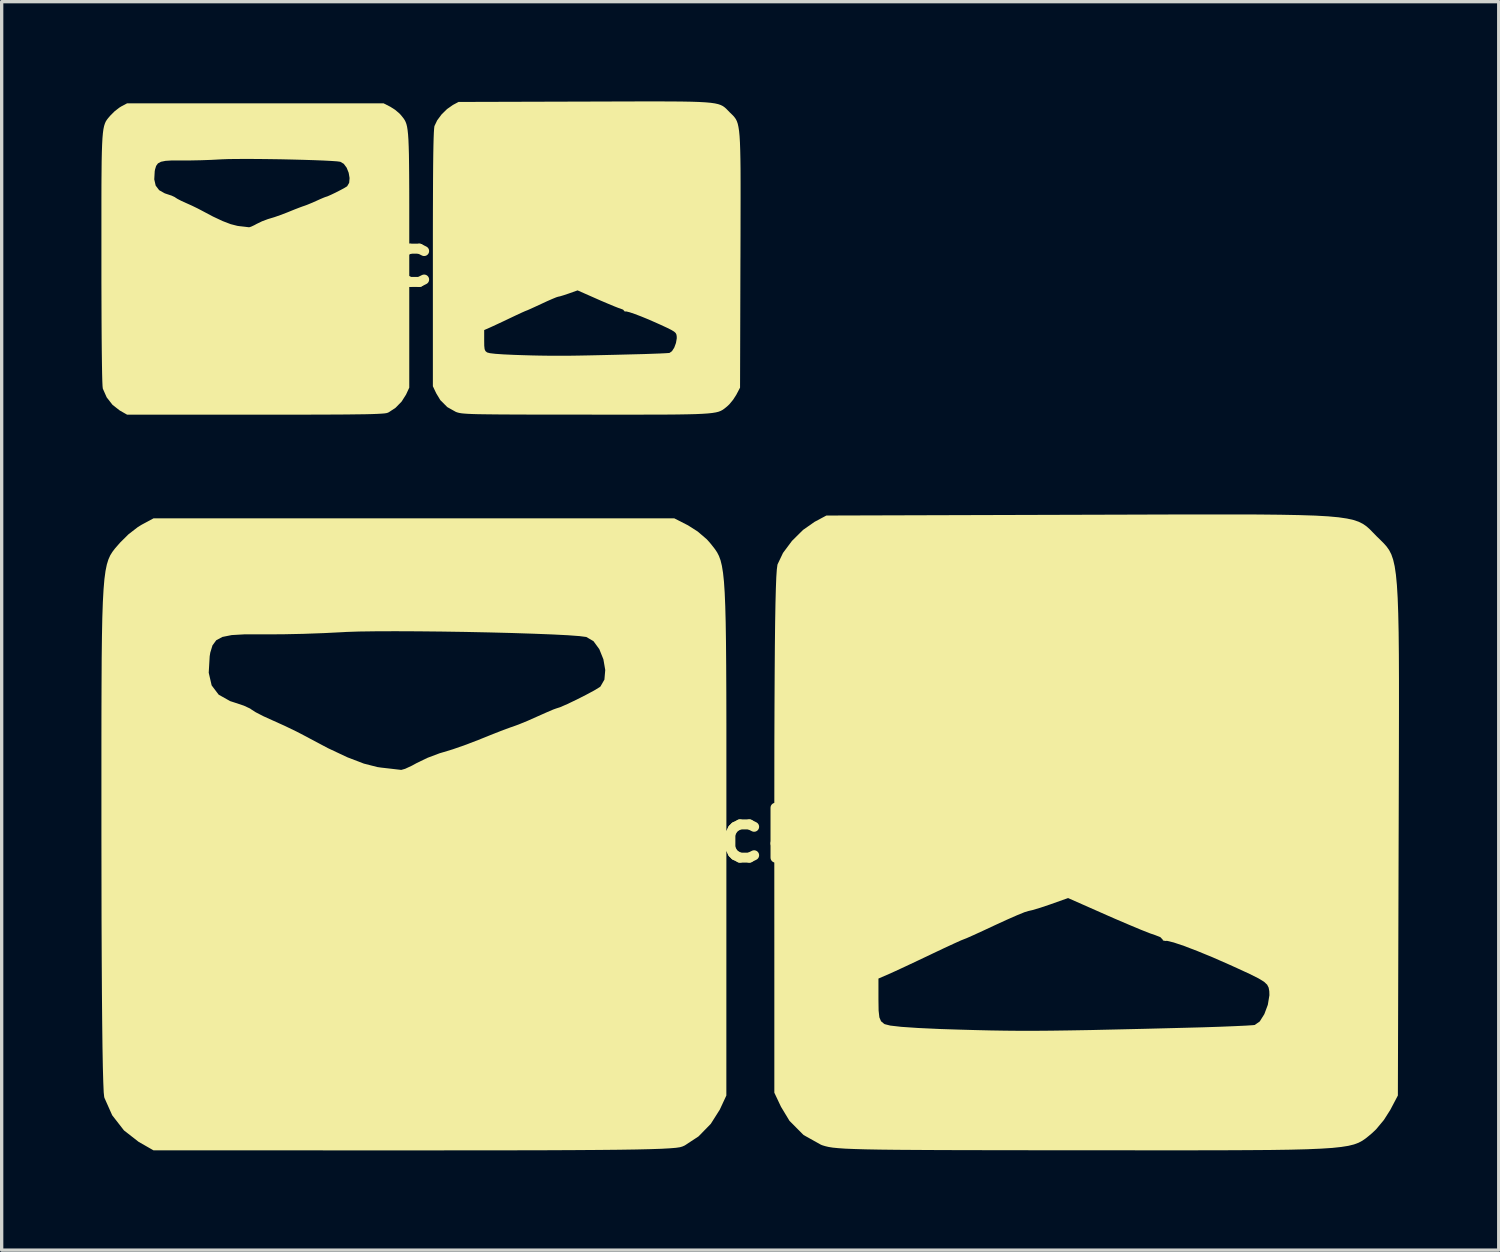
<source format=kicad_pcb>
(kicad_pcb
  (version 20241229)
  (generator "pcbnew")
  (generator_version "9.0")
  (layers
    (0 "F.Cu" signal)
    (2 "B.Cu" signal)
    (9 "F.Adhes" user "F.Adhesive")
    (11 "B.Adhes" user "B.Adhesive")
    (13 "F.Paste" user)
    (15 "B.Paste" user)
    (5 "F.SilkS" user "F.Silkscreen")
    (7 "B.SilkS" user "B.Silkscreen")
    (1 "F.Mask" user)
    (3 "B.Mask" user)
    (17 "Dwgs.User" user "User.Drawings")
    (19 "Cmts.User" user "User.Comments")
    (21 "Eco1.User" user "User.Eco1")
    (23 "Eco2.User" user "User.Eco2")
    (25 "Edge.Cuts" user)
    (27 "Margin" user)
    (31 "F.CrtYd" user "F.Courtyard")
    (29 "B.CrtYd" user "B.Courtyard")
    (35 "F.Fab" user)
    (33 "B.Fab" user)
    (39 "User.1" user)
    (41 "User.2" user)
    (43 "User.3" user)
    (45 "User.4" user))
  (footprint "block50"
    (layer "F.Cu")
    (at 19.558 22.064)
    (property "Reference" "block50" (at 0 0 0) (layer "F.SilkS") (effects (font (size 1.5 1.5) (thickness 0.3))))
    (attr board_only exclude_from_pos_files exclude_from_bom)
    (fp_poly (pts (xy -1.918 -9.316) (xy -1.625 -9.129) (xy -1.354 -8.897) (xy -1.261 -8.794) (xy -1.178 -8.691) (xy -1.105 -8.597) (xy -1.041 -8.501) (xy -0.986 -8.393) (xy -0.938 -8.262) (xy -0.898 -8.097) (xy -0.864 -7.887) (xy -0.836 -7.623) (xy -0.814 -7.293) (xy -0.797 -6.887) (xy -0.784 -6.395) (xy -0.775 -5.804) (xy -0.769 -5.106) (xy -0.765 -4.289) (xy -0.763 -3.343) (xy -0.763 -2.256) (xy -0.763 -1.019) (xy -0.763 0.032) (xy -0.764 7.832) (xy -0.961 8.256) (xy -1.232 8.684) (xy -1.601 9.062) (xy -2.015 9.334) (xy -2.087 9.366) (xy -2.16 9.387) (xy -2.283 9.405) (xy -2.467 9.42) (xy -2.719 9.434) (xy -3.05 9.445) (xy -3.47 9.455) (xy -3.989 9.463) (xy -4.615 9.469) (xy -5.36 9.474) (xy -6.231 9.478) (xy -7.24 9.48) (xy -8.396 9.481) (xy -9.708 9.482) (xy -10.178 9.482) (xy -17.992 9.481) (xy -18.441 9.224) (xy -18.88 8.881) (xy -19.234 8.426) (xy -19.466 7.905) (xy -19.474 7.877) (xy -19.489 7.738) (xy -19.502 7.436) (xy -19.515 6.978) (xy -19.526 6.37) (xy -19.535 5.62) (xy -19.543 4.734) (xy -19.549 3.718) (xy -19.554 2.579) (xy -19.556 1.323) (xy -19.558 -0.042) (xy -19.558 -0.048) (xy -19.558 -1.398) (xy -19.558 -2.589) (xy -19.557 -3.632) (xy -19.554 -4.538) (xy -19.552 -4.883) (xy -16.331 -4.883) (xy -16.243 -4.502) (xy -16.032 -4.223) (xy -15.687 -4.029) (xy -15.524 -3.976) (xy -15.273 -3.892) (xy -15.086 -3.805) (xy -15.043 -3.774) (xy -14.918 -3.694) (xy -14.687 -3.575) (xy -14.398 -3.444) (xy -14.393 -3.442) (xy -14.043 -3.284) (xy -13.693 -3.115) (xy -13.462 -2.995) (xy -12.751 -2.617) (xy -12.157 -2.338) (xy -11.666 -2.15) (xy -11.26 -2.046) (xy -11.149 -2.03) (xy -10.86 -1.997) (xy -10.637 -1.971) (xy -10.541 -1.96) (xy -10.424 -1.993) (xy -10.218 -2.089) (xy -10.077 -2.166) (xy -9.75 -2.324) (xy -9.386 -2.461) (xy -9.269 -2.495) (xy -8.987 -2.581) (xy -8.618 -2.71) (xy -8.229 -2.859) (xy -8.124 -2.901) (xy -7.779 -3.04) (xy -7.471 -3.16) (xy -7.25 -3.241) (xy -7.197 -3.258) (xy -7.011 -3.326) (xy -6.735 -3.439) (xy -6.45 -3.566) (xy -6.178 -3.687) (xy -5.973 -3.775) (xy -5.876 -3.81) (xy -5.875 -3.81) (xy -5.76 -3.847) (xy -5.543 -3.942) (xy -5.269 -4.073) (xy -4.987 -4.216) (xy -4.741 -4.348) (xy -4.578 -4.447) (xy -4.551 -4.467) (xy -4.431 -4.676) (xy -4.406 -4.965) (xy -4.462 -5.287) (xy -4.585 -5.592) (xy -4.76 -5.832) (xy -4.975 -5.957) (xy -4.978 -5.958) (xy -5.179 -5.984) (xy -5.526 -6.01) (xy -5.994 -6.034) (xy -6.562 -6.056) (xy -7.204 -6.077) (xy -7.897 -6.095) (xy -8.618 -6.11) (xy -9.342 -6.121) (xy -10.047 -6.128) (xy -10.709 -6.131) (xy -11.304 -6.129) (xy -11.808 -6.122) (xy -12.198 -6.109) (xy -12.277 -6.104) (xy -12.853 -6.075) (xy -13.486 -6.052) (xy -14.104 -6.039) (xy -14.634 -6.037) (xy -14.693 -6.038) (xy -15.239 -6.038) (xy -15.64 -6.015) (xy -15.92 -5.959) (xy -16.105 -5.859) (xy -16.218 -5.705) (xy -16.284 -5.489) (xy -16.302 -5.379) (xy -16.331 -4.883) (xy -19.552 -4.883) (xy -19.55 -5.318) (xy -19.542 -5.982) (xy -19.531 -6.541) (xy -19.515 -7.005) (xy -19.494 -7.387) (xy -19.468 -7.695) (xy -19.435 -7.941) (xy -19.395 -8.137) (xy -19.347 -8.291) (xy -19.291 -8.416) (xy -19.225 -8.521) (xy -19.15 -8.619) (xy -19.064 -8.718) (xy -18.994 -8.798) (xy -18.745 -9.045) (xy -18.461 -9.265) (xy -18.342 -9.337) (xy -17.992 -9.525) (xy -10.16 -9.525) (xy -2.328 -9.525)) (stroke (width 0) (type solid)) (fill yes) (layer "F.SilkS"))
    (fp_poly (pts (xy 15.226 -9.641) (xy 15.9 -9.634) (xy 16.468 -9.623) (xy 16.941 -9.608) (xy 17.33 -9.586) (xy 17.646 -9.557) (xy 17.898 -9.52) (xy 18.098 -9.476) (xy 18.255 -9.422) (xy 18.382 -9.358) (xy 18.488 -9.284) (xy 18.584 -9.199) (xy 18.68 -9.101) (xy 18.788 -8.99) (xy 18.794 -8.984) (xy 18.907 -8.874) (xy 19.006 -8.775) (xy 19.093 -8.677) (xy 19.169 -8.569) (xy 19.234 -8.442) (xy 19.289 -8.283) (xy 19.335 -8.083) (xy 19.372 -7.832) (xy 19.402 -7.518) (xy 19.425 -7.131) (xy 19.442 -6.661) (xy 19.454 -6.097) (xy 19.461 -5.429) (xy 19.464 -4.645) (xy 19.464 -3.736) (xy 19.462 -2.691) (xy 19.459 -1.5) (xy 19.455 -0.151) (xy 19.454 0.086) (xy 19.431 7.832) (xy 19.201 8.268) (xy 19.01 8.568) (xy 18.777 8.848) (xy 18.655 8.964) (xy 18.551 9.051) (xy 18.455 9.128) (xy 18.357 9.195) (xy 18.247 9.253) (xy 18.112 9.303) (xy 17.943 9.345) (xy 17.728 9.379) (xy 17.457 9.408) (xy 17.12 9.43) (xy 16.704 9.448) (xy 16.2 9.461) (xy 15.597 9.47) (xy 14.884 9.475) (xy 14.049 9.479) (xy 13.083 9.48) (xy 11.975 9.48) (xy 10.713 9.479) (xy 10.039 9.479) (xy 8.735 9.478) (xy 7.589 9.477) (xy 6.591 9.475) (xy 5.729 9.473) (xy 4.993 9.469) (xy 4.371 9.465) (xy 3.853 9.459) (xy 3.428 9.451) (xy 3.085 9.441) (xy 2.812 9.43) (xy 2.6 9.415) (xy 2.436 9.399) (xy 2.311 9.379) (xy 2.213 9.356) (xy 2.13 9.331) (xy 2.081 9.312) (xy 1.558 9.02) (xy 1.135 8.594) (xy 0.879 8.17) (xy 0.679 7.747) (xy 0.679 4.315) (xy 3.81 4.315) (xy 3.81 4.949) (xy 3.815 5.279) (xy 3.838 5.482) (xy 3.888 5.599) (xy 3.978 5.674) (xy 4 5.687) (xy 4.166 5.729) (xy 4.499 5.767) (xy 4.999 5.801) (xy 5.665 5.832) (xy 6.223 5.85) (xy 6.725 5.864) (xy 7.183 5.875) (xy 7.62 5.882) (xy 8.056 5.886) (xy 8.512 5.886) (xy 9.009 5.882) (xy 9.567 5.874) (xy 10.209 5.863) (xy 10.953 5.846) (xy 11.822 5.826) (xy 12.837 5.8) (xy 12.996 5.796) (xy 13.564 5.781) (xy 14.082 5.764) (xy 14.525 5.746) (xy 14.865 5.73) (xy 15.077 5.716) (xy 15.127 5.71) (xy 15.277 5.605) (xy 15.415 5.385) (xy 15.52 5.104) (xy 15.568 4.815) (xy 15.564 4.694) (xy 15.545 4.588) (xy 15.5 4.499) (xy 15.406 4.411) (xy 15.239 4.309) (xy 14.975 4.177) (xy 14.592 4) (xy 14.351 3.891) (xy 13.859 3.675) (xy 13.401 3.487) (xy 13.004 3.335) (xy 12.692 3.23) (xy 12.492 3.181) (xy 12.434 3.183) (xy 12.365 3.169) (xy 12.361 3.147) (xy 12.289 3.07) (xy 12.137 3.01) (xy 11.982 2.957) (xy 11.706 2.848) (xy 11.343 2.696) (xy 10.924 2.517) (xy 10.712 2.424) (xy 9.513 1.894) (xy 8.969 2.087) (xy 8.678 2.185) (xy 8.444 2.255) (xy 8.32 2.283) (xy 8.205 2.318) (xy 7.973 2.413) (xy 7.657 2.552) (xy 7.315 2.709) (xy 6.96 2.875) (xy 6.665 3.01) (xy 6.46 3.101) (xy 6.378 3.133) (xy 6.292 3.167) (xy 6.084 3.261) (xy 5.784 3.4) (xy 5.423 3.571) (xy 5.393 3.586) (xy 4.994 3.775) (xy 4.62 3.951) (xy 4.314 4.093) (xy 4.128 4.177) (xy 3.81 4.315) (xy 0.679 4.315) (xy 0.678 -0.033) (xy 0.679 -1.474) (xy 0.68 -2.754) (xy 0.684 -3.878) (xy 0.689 -4.854) (xy 0.695 -5.688) (xy 0.703 -6.389) (xy 0.713 -6.962) (xy 0.725 -7.416) (xy 0.738 -7.756) (xy 0.754 -7.99) (xy 0.772 -8.125) (xy 0.777 -8.144) (xy 0.94 -8.486) (xy 1.21 -8.848) (xy 1.542 -9.177) (xy 1.889 -9.42) (xy 1.894 -9.423) (xy 2.244 -9.61) (xy 9.9 -9.633) (xy 11.261 -9.637) (xy 12.464 -9.641) (xy 13.518 -9.643) (xy 14.436 -9.643)) (stroke (width 0) (type solid)) (fill yes) (layer "F.SilkS")))
  (footprint "block25"
    (layer "F.Cu")
    (at 9.634 4.75)
    (property "Reference" "block25" (at 0 0 0) (layer "F.SilkS") (effects (font (size 1.5 1.5) (thickness 0.3))))
    (attr board_only exclude_from_pos_files exclude_from_bom)
    (fp_poly (pts (xy -0.945 -4.589) (xy -0.8 -4.497) (xy -0.667 -4.383) (xy -0.621 -4.332) (xy -0.58 -4.281) (xy -0.544 -4.235) (xy -0.513 -4.188) (xy -0.486 -4.134) (xy -0.462 -4.07) (xy -0.442 -3.989) (xy -0.426 -3.885) (xy -0.412 -3.755) (xy -0.401 -3.593) (xy -0.393 -3.393) (xy -0.386 -3.15) (xy -0.382 -2.859) (xy -0.379 -2.515) (xy -0.377 -2.113) (xy -0.376 -1.647) (xy -0.376 -1.112) (xy -0.376 -0.502) (xy -0.376 0.016) (xy -0.376 3.858) (xy -0.473 4.067) (xy -0.607 4.278) (xy -0.789 4.464) (xy -0.992 4.598) (xy -1.028 4.614) (xy -1.064 4.624) (xy -1.125 4.633) (xy -1.215 4.64) (xy -1.339 4.647) (xy -1.503 4.653) (xy -1.71 4.658) (xy -1.965 4.661) (xy -2.274 4.665) (xy -2.64 4.667) (xy -3.07 4.669) (xy -3.567 4.67) (xy -4.136 4.671) (xy -4.782 4.671) (xy -5.014 4.671) (xy -8.863 4.67) (xy -9.084 4.544) (xy -9.3 4.375) (xy -9.475 4.151) (xy -9.589 3.894) (xy -9.593 3.88) (xy -9.6 3.812) (xy -9.607 3.663) (xy -9.613 3.437) (xy -9.618 3.138) (xy -9.623 2.769) (xy -9.627 2.332) (xy -9.63 1.831) (xy -9.632 1.27) (xy -9.634 0.652) (xy -9.634 -0.021) (xy -9.634 -0.024) (xy -9.634 -0.689) (xy -9.634 -1.275) (xy -9.634 -1.789) (xy -9.633 -2.236) (xy -9.632 -2.405) (xy -8.045 -2.405) (xy -8.002 -2.218) (xy -7.897 -2.08) (xy -7.728 -1.985) (xy -7.647 -1.958) (xy -7.523 -1.917) (xy -7.431 -1.874) (xy -7.41 -1.859) (xy -7.349 -1.82) (xy -7.235 -1.761) (xy -7.093 -1.696) (xy -7.09 -1.695) (xy -6.918 -1.618) (xy -6.745 -1.534) (xy -6.632 -1.475) (xy -6.281 -1.289) (xy -5.989 -1.152) (xy -5.747 -1.059) (xy -5.547 -1.008) (xy -5.492 -1) (xy -5.35 -0.984) (xy -5.24 -0.971) (xy -5.193 -0.965) (xy -5.135 -0.982) (xy -5.034 -1.029) (xy -4.964 -1.067) (xy -4.803 -1.145) (xy -4.624 -1.212) (xy -4.566 -1.229) (xy -4.427 -1.271) (xy -4.245 -1.335) (xy -4.054 -1.408) (xy -4.002 -1.429) (xy -3.832 -1.498) (xy -3.68 -1.557) (xy -3.571 -1.597) (xy -3.545 -1.605) (xy -3.454 -1.638) (xy -3.318 -1.694) (xy -3.177 -1.756) (xy -3.044 -1.816) (xy -2.942 -1.859) (xy -2.895 -1.877) (xy -2.894 -1.877) (xy -2.837 -1.895) (xy -2.73 -1.942) (xy -2.596 -2.006) (xy -2.457 -2.077) (xy -2.335 -2.142) (xy -2.255 -2.191) (xy -2.242 -2.201) (xy -2.183 -2.303) (xy -2.171 -2.446) (xy -2.198 -2.604) (xy -2.258 -2.755) (xy -2.345 -2.873) (xy -2.451 -2.935) (xy -2.452 -2.935) (xy -2.551 -2.948) (xy -2.722 -2.96) (xy -2.953 -2.972) (xy -3.232 -2.983) (xy -3.549 -2.993) (xy -3.89 -3.002) (xy -4.245 -3.01) (xy -4.602 -3.015) (xy -4.949 -3.019) (xy -5.275 -3.02) (xy -5.568 -3.019) (xy -5.817 -3.016) (xy -6.009 -3.009) (xy -6.048 -3.007) (xy -6.332 -2.992) (xy -6.643 -2.981) (xy -6.948 -2.975) (xy -7.209 -2.974) (xy -7.238 -2.974) (xy -7.507 -2.975) (xy -7.704 -2.963) (xy -7.843 -2.935) (xy -7.934 -2.886) (xy -7.989 -2.81) (xy -8.021 -2.704) (xy -8.031 -2.65) (xy -8.045 -2.405) (xy -9.632 -2.405) (xy -9.63 -2.62) (xy -9.627 -2.947) (xy -9.621 -3.222) (xy -9.613 -3.451) (xy -9.603 -3.639) (xy -9.59 -3.791) (xy -9.574 -3.912) (xy -9.554 -4.008) (xy -9.53 -4.084) (xy -9.503 -4.146) (xy -9.47 -4.198) (xy -9.433 -4.246) (xy -9.391 -4.295) (xy -9.357 -4.334) (xy -9.234 -4.456) (xy -9.094 -4.564) (xy -9.036 -4.6) (xy -8.863 -4.692) (xy -5.005 -4.692) (xy -1.147 -4.692)) (stroke (width 0) (type solid)) (fill yes) (layer "F.SilkS"))
    (fp_poly (pts (xy 7.5 -4.749) (xy 7.832 -4.746) (xy 8.112 -4.741) (xy 8.346 -4.733) (xy 8.537 -4.722) (xy 8.693 -4.708) (xy 8.817 -4.69) (xy 8.915 -4.668) (xy 8.993 -4.641) (xy 9.055 -4.61) (xy 9.107 -4.573) (xy 9.155 -4.531) (xy 9.202 -4.483) (xy 9.255 -4.428) (xy 9.258 -4.425) (xy 9.314 -4.371) (xy 9.363 -4.323) (xy 9.405 -4.274) (xy 9.443 -4.221) (xy 9.475 -4.158) (xy 9.502 -4.08) (xy 9.524 -3.982) (xy 9.543 -3.858) (xy 9.558 -3.703) (xy 9.569 -3.513) (xy 9.577 -3.281) (xy 9.583 -3.003) (xy 9.587 -2.674) (xy 9.588 -2.288) (xy 9.588 -1.84) (xy 9.587 -1.326) (xy 9.586 -0.739) (xy 9.584 -0.074) (xy 9.583 0.043) (xy 9.572 3.858) (xy 9.459 4.073) (xy 9.364 4.221) (xy 9.25 4.359) (xy 9.19 4.416) (xy 9.138 4.459) (xy 9.091 4.496) (xy 9.043 4.529) (xy 8.988 4.558) (xy 8.922 4.583) (xy 8.839 4.603) (xy 8.733 4.62) (xy 8.6 4.634) (xy 8.433 4.645) (xy 8.229 4.654) (xy 7.98 4.66) (xy 7.683 4.665) (xy 7.332 4.668) (xy 6.921 4.669) (xy 6.445 4.67) (xy 5.899 4.67) (xy 5.277 4.67) (xy 4.945 4.669) (xy 4.303 4.669) (xy 3.738 4.668) (xy 3.247 4.668) (xy 2.822 4.666) (xy 2.459 4.665) (xy 2.153 4.662) (xy 1.898 4.659) (xy 1.689 4.656) (xy 1.52 4.651) (xy 1.385 4.645) (xy 1.281 4.638) (xy 1.2 4.63) (xy 1.138 4.62) (xy 1.09 4.609) (xy 1.049 4.596) (xy 1.025 4.587) (xy 0.768 4.443) (xy 0.559 4.234) (xy 0.433 4.025) (xy 0.334 3.816) (xy 0.334 2.126) (xy 1.877 2.126) (xy 1.877 2.438) (xy 1.879 2.6) (xy 1.89 2.7) (xy 1.915 2.758) (xy 1.96 2.795) (xy 1.971 2.801) (xy 2.052 2.822) (xy 2.216 2.841) (xy 2.463 2.858) (xy 2.79 2.873) (xy 3.066 2.882) (xy 3.313 2.889) (xy 3.539 2.894) (xy 3.754 2.897) (xy 3.969 2.899) (xy 4.193 2.899) (xy 4.438 2.898) (xy 4.713 2.894) (xy 5.029 2.888) (xy 5.396 2.88) (xy 5.824 2.87) (xy 6.324 2.857) (xy 6.402 2.855) (xy 6.682 2.848) (xy 6.937 2.839) (xy 7.155 2.831) (xy 7.323 2.823) (xy 7.427 2.816) (xy 7.452 2.813) (xy 7.525 2.761) (xy 7.594 2.653) (xy 7.645 2.514) (xy 7.669 2.372) (xy 7.667 2.312) (xy 7.658 2.26) (xy 7.636 2.216) (xy 7.589 2.173) (xy 7.507 2.123) (xy 7.377 2.058) (xy 7.188 1.97) (xy 7.069 1.917) (xy 6.827 1.81) (xy 6.602 1.718) (xy 6.406 1.643) (xy 6.252 1.591) (xy 6.154 1.567) (xy 6.125 1.568) (xy 6.091 1.561) (xy 6.089 1.55) (xy 6.054 1.512) (xy 5.979 1.483) (xy 5.903 1.457) (xy 5.767 1.403) (xy 5.588 1.328) (xy 5.381 1.24) (xy 5.277 1.194) (xy 4.686 0.933) (xy 4.418 1.028) (xy 4.275 1.076) (xy 4.16 1.111) (xy 4.098 1.124) (xy 4.042 1.142) (xy 3.928 1.189) (xy 3.772 1.257) (xy 3.604 1.335) (xy 3.429 1.416) (xy 3.283 1.483) (xy 3.182 1.528) (xy 3.142 1.543) (xy 3.1 1.56) (xy 2.997 1.606) (xy 2.849 1.675) (xy 2.672 1.759) (xy 2.657 1.766) (xy 2.46 1.86) (xy 2.276 1.946) (xy 2.125 2.016) (xy 2.033 2.058) (xy 1.877 2.126) (xy 0.334 2.126) (xy 0.334 -0.016) (xy 0.334 -0.726) (xy 0.335 -1.356) (xy 0.337 -1.91) (xy 0.339 -2.391) (xy 0.342 -2.802) (xy 0.346 -3.147) (xy 0.351 -3.43) (xy 0.357 -3.653) (xy 0.364 -3.821) (xy 0.372 -3.936) (xy 0.38 -4.003) (xy 0.383 -4.012) (xy 0.463 -4.18) (xy 0.596 -4.359) (xy 0.76 -4.52) (xy 0.931 -4.64) (xy 0.933 -4.642) (xy 1.105 -4.734) (xy 4.877 -4.745) (xy 5.547 -4.747) (xy 6.14 -4.749) (xy 6.659 -4.75) (xy 7.111 -4.75)) (stroke (width 0) (type solid)) (fill yes) (layer "F.SilkS")))
  (gr_rect
    (start -3 -3)
    (end 42.022 34.546)
    (stroke (width 0.1) (type default))
    (fill no)
    (layer "Edge.Cuts")))
</source>
